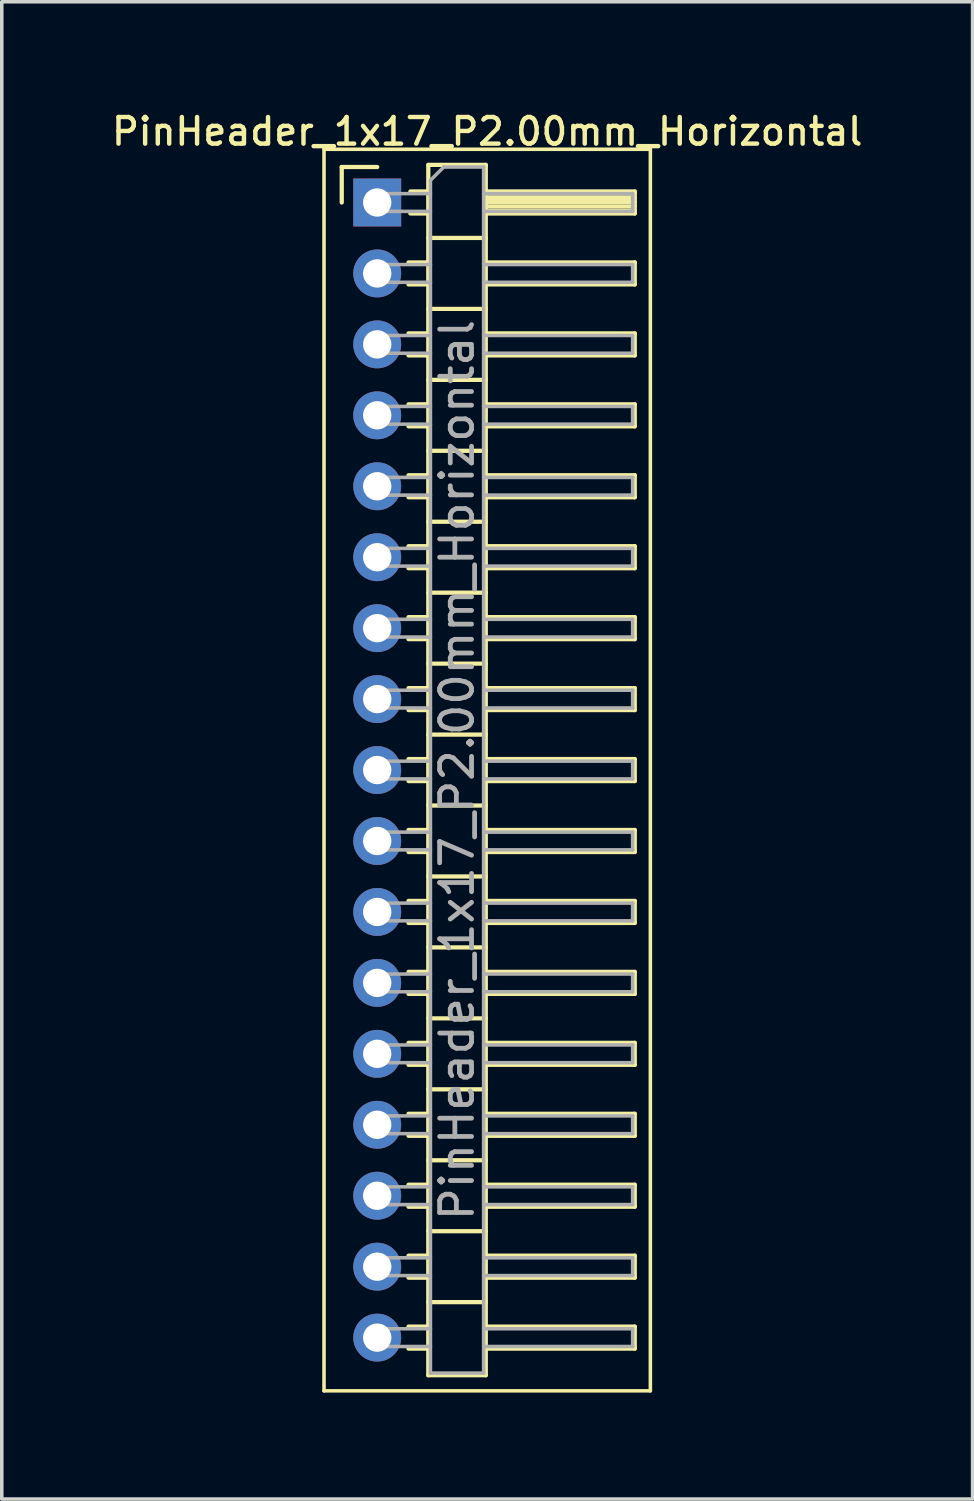
<source format=kicad_pcb>
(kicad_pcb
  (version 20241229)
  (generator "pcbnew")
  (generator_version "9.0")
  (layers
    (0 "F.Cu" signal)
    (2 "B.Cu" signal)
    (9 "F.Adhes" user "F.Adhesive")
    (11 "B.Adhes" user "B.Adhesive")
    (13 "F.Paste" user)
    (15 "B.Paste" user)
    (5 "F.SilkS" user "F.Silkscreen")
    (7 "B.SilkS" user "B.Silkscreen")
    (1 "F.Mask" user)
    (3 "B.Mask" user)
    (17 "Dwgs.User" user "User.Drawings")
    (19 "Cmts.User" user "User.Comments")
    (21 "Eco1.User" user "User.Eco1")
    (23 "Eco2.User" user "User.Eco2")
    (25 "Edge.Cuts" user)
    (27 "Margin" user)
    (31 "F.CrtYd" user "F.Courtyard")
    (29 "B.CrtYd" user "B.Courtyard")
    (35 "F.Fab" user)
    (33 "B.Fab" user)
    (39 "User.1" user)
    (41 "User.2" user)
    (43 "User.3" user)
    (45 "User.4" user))
  (footprint "PinHeader_1x17_P2.00mm_Horizontal"
    (layer "F.Cu")
    (at 7.584 2.658)
    (property "Reference" "PinHeader_1x17_P2.00mm_Horizontal" (at 3.1 -2 0) (layer "F.SilkS") (effects (font (size 0.75 0.75) (thickness 0.125))))
    (attr through_hole)
    (fp_line (start -1.5 -1.5) (end -1.5 33.5) (stroke (width 0.1) (type solid)) (layer "F.SilkS"))
    (fp_line (start -1.5 33.5) (end 7.7 33.5) (stroke (width 0.1) (type solid)) (layer "F.SilkS"))
    (fp_line (start -1 -1) (end 0 -1) (stroke (width 0.12) (type solid)) (layer "F.SilkS"))
    (fp_line (start -1 0) (end -1 -1) (stroke (width 0.12) (type solid)) (layer "F.SilkS"))
    (fp_line (start 0.882 1.69) (end 1.44 1.69) (stroke (width 0.12) (type solid)) (layer "F.SilkS"))
    (fp_line (start 0.882 2.31) (end 1.44 2.31) (stroke (width 0.12) (type solid)) (layer "F.SilkS"))
    (fp_line (start 0.882 3.69) (end 1.44 3.69) (stroke (width 0.12) (type solid)) (layer "F.SilkS"))
    (fp_line (start 0.882 4.31) (end 1.44 4.31) (stroke (width 0.12) (type solid)) (layer "F.SilkS"))
    (fp_line (start 0.882 5.69) (end 1.44 5.69) (stroke (width 0.12) (type solid)) (layer "F.SilkS"))
    (fp_line (start 0.882 6.31) (end 1.44 6.31) (stroke (width 0.12) (type solid)) (layer "F.SilkS"))
    (fp_line (start 0.882 7.69) (end 1.44 7.69) (stroke (width 0.12) (type solid)) (layer "F.SilkS"))
    (fp_line (start 0.882 8.31) (end 1.44 8.31) (stroke (width 0.12) (type solid)) (layer "F.SilkS"))
    (fp_line (start 0.882 9.69) (end 1.44 9.69) (stroke (width 0.12) (type solid)) (layer "F.SilkS"))
    (fp_line (start 0.882 10.31) (end 1.44 10.31) (stroke (width 0.12) (type solid)) (layer "F.SilkS"))
    (fp_line (start 0.882 11.69) (end 1.44 11.69) (stroke (width 0.12) (type solid)) (layer "F.SilkS"))
    (fp_line (start 0.882 12.31) (end 1.44 12.31) (stroke (width 0.12) (type solid)) (layer "F.SilkS"))
    (fp_line (start 0.882 13.69) (end 1.44 13.69) (stroke (width 0.12) (type solid)) (layer "F.SilkS"))
    (fp_line (start 0.882 14.31) (end 1.44 14.31) (stroke (width 0.12) (type solid)) (layer "F.SilkS"))
    (fp_line (start 0.882 15.69) (end 1.44 15.69) (stroke (width 0.12) (type solid)) (layer "F.SilkS"))
    (fp_line (start 0.882 16.31) (end 1.44 16.31) (stroke (width 0.12) (type solid)) (layer "F.SilkS"))
    (fp_line (start 0.882 17.69) (end 1.44 17.69) (stroke (width 0.12) (type solid)) (layer "F.SilkS"))
    (fp_line (start 0.882 18.31) (end 1.44 18.31) (stroke (width 0.12) (type solid)) (layer "F.SilkS"))
    (fp_line (start 0.882 19.69) (end 1.44 19.69) (stroke (width 0.12) (type solid)) (layer "F.SilkS"))
    (fp_line (start 0.882 20.31) (end 1.44 20.31) (stroke (width 0.12) (type solid)) (layer "F.SilkS"))
    (fp_line (start 0.882 21.69) (end 1.44 21.69) (stroke (width 0.12) (type solid)) (layer "F.SilkS"))
    (fp_line (start 0.882 22.31) (end 1.44 22.31) (stroke (width 0.12) (type solid)) (layer "F.SilkS"))
    (fp_line (start 0.882 23.69) (end 1.44 23.69) (stroke (width 0.12) (type solid)) (layer "F.SilkS"))
    (fp_line (start 0.882 24.31) (end 1.44 24.31) (stroke (width 0.12) (type solid)) (layer "F.SilkS"))
    (fp_line (start 0.882 25.69) (end 1.44 25.69) (stroke (width 0.12) (type solid)) (layer "F.SilkS"))
    (fp_line (start 0.882 26.31) (end 1.44 26.31) (stroke (width 0.12) (type solid)) (layer "F.SilkS"))
    (fp_line (start 0.882 27.69) (end 1.44 27.69) (stroke (width 0.12) (type solid)) (layer "F.SilkS"))
    (fp_line (start 0.882 28.31) (end 1.44 28.31) (stroke (width 0.12) (type solid)) (layer "F.SilkS"))
    (fp_line (start 0.882 29.69) (end 1.44 29.69) (stroke (width 0.12) (type solid)) (layer "F.SilkS"))
    (fp_line (start 0.882 30.31) (end 1.44 30.31) (stroke (width 0.12) (type solid)) (layer "F.SilkS"))
    (fp_line (start 0.882 31.69) (end 1.44 31.69) (stroke (width 0.12) (type solid)) (layer "F.SilkS"))
    (fp_line (start 0.882 32.31) (end 1.44 32.31) (stroke (width 0.12) (type solid)) (layer "F.SilkS"))
    (fp_line (start 0.935 -0.31) (end 1.44 -0.31) (stroke (width 0.12) (type solid)) (layer "F.SilkS"))
    (fp_line (start 0.935 0.31) (end 1.44 0.31) (stroke (width 0.12) (type solid)) (layer "F.SilkS"))
    (fp_line (start 1.44 -1.06) (end 1.44 33.06) (stroke (width 0.12) (type solid)) (layer "F.SilkS"))
    (fp_line (start 1.44 1) (end 3.06 1) (stroke (width 0.12) (type solid)) (layer "F.SilkS"))
    (fp_line (start 1.44 3) (end 3.06 3) (stroke (width 0.12) (type solid)) (layer "F.SilkS"))
    (fp_line (start 1.44 5) (end 3.06 5) (stroke (width 0.12) (type solid)) (layer "F.SilkS"))
    (fp_line (start 1.44 7) (end 3.06 7) (stroke (width 0.12) (type solid)) (layer "F.SilkS"))
    (fp_line (start 1.44 9) (end 3.06 9) (stroke (width 0.12) (type solid)) (layer "F.SilkS"))
    (fp_line (start 1.44 11) (end 3.06 11) (stroke (width 0.12) (type solid)) (layer "F.SilkS"))
    (fp_line (start 1.44 13) (end 3.06 13) (stroke (width 0.12) (type solid)) (layer "F.SilkS"))
    (fp_line (start 1.44 15) (end 3.06 15) (stroke (width 0.12) (type solid)) (layer "F.SilkS"))
    (fp_line (start 1.44 17) (end 3.06 17) (stroke (width 0.12) (type solid)) (layer "F.SilkS"))
    (fp_line (start 1.44 19) (end 3.06 19) (stroke (width 0.12) (type solid)) (layer "F.SilkS"))
    (fp_line (start 1.44 21) (end 3.06 21) (stroke (width 0.12) (type solid)) (layer "F.SilkS"))
    (fp_line (start 1.44 23) (end 3.06 23) (stroke (width 0.12) (type solid)) (layer "F.SilkS"))
    (fp_line (start 1.44 25) (end 3.06 25) (stroke (width 0.12) (type solid)) (layer "F.SilkS"))
    (fp_line (start 1.44 27) (end 3.06 27) (stroke (width 0.12) (type solid)) (layer "F.SilkS"))
    (fp_line (start 1.44 29) (end 3.06 29) (stroke (width 0.12) (type solid)) (layer "F.SilkS"))
    (fp_line (start 1.44 31) (end 3.06 31) (stroke (width 0.12) (type solid)) (layer "F.SilkS"))
    (fp_line (start 1.44 33.06) (end 3.06 33.06) (stroke (width 0.12) (type solid)) (layer "F.SilkS"))
    (fp_line (start 3.06 -1.06) (end 1.44 -1.06) (stroke (width 0.12) (type solid)) (layer "F.SilkS"))
    (fp_line (start 3.06 -0.31) (end 7.26 -0.31) (stroke (width 0.12) (type solid)) (layer "F.SilkS"))
    (fp_line (start 3.06 -0.25) (end 7.26 -0.25) (stroke (width 0.12) (type solid)) (layer "F.SilkS"))
    (fp_line (start 3.06 -0.13) (end 7.26 -0.13) (stroke (width 0.12) (type solid)) (layer "F.SilkS"))
    (fp_line (start 3.06 -0.01) (end 7.26 -0.01) (stroke (width 0.12) (type solid)) (layer "F.SilkS"))
    (fp_line (start 3.06 0.11) (end 7.26 0.11) (stroke (width 0.12) (type solid)) (layer "F.SilkS"))
    (fp_line (start 3.06 0.23) (end 7.26 0.23) (stroke (width 0.12) (type solid)) (layer "F.SilkS"))
    (fp_line (start 3.06 1.69) (end 7.26 1.69) (stroke (width 0.12) (type solid)) (layer "F.SilkS"))
    (fp_line (start 3.06 3.69) (end 7.26 3.69) (stroke (width 0.12) (type solid)) (layer "F.SilkS"))
    (fp_line (start 3.06 5.69) (end 7.26 5.69) (stroke (width 0.12) (type solid)) (layer "F.SilkS"))
    (fp_line (start 3.06 7.69) (end 7.26 7.69) (stroke (width 0.12) (type solid)) (layer "F.SilkS"))
    (fp_line (start 3.06 9.69) (end 7.26 9.69) (stroke (width 0.12) (type solid)) (layer "F.SilkS"))
    (fp_line (start 3.06 11.69) (end 7.26 11.69) (stroke (width 0.12) (type solid)) (layer "F.SilkS"))
    (fp_line (start 3.06 13.69) (end 7.26 13.69) (stroke (width 0.12) (type solid)) (layer "F.SilkS"))
    (fp_line (start 3.06 15.69) (end 7.26 15.69) (stroke (width 0.12) (type solid)) (layer "F.SilkS"))
    (fp_line (start 3.06 17.69) (end 7.26 17.69) (stroke (width 0.12) (type solid)) (layer "F.SilkS"))
    (fp_line (start 3.06 19.69) (end 7.26 19.69) (stroke (width 0.12) (type solid)) (layer "F.SilkS"))
    (fp_line (start 3.06 21.69) (end 7.26 21.69) (stroke (width 0.12) (type solid)) (layer "F.SilkS"))
    (fp_line (start 3.06 23.69) (end 7.26 23.69) (stroke (width 0.12) (type solid)) (layer "F.SilkS"))
    (fp_line (start 3.06 25.69) (end 7.26 25.69) (stroke (width 0.12) (type solid)) (layer "F.SilkS"))
    (fp_line (start 3.06 27.69) (end 7.26 27.69) (stroke (width 0.12) (type solid)) (layer "F.SilkS"))
    (fp_line (start 3.06 29.69) (end 7.26 29.69) (stroke (width 0.12) (type solid)) (layer "F.SilkS"))
    (fp_line (start 3.06 31.69) (end 7.26 31.69) (stroke (width 0.12) (type solid)) (layer "F.SilkS"))
    (fp_line (start 3.06 33.06) (end 3.06 -1.06) (stroke (width 0.12) (type solid)) (layer "F.SilkS"))
    (fp_line (start 7.26 -0.31) (end 7.26 0.31) (stroke (width 0.12) (type solid)) (layer "F.SilkS"))
    (fp_line (start 7.26 0.31) (end 3.06 0.31) (stroke (width 0.12) (type solid)) (layer "F.SilkS"))
    (fp_line (start 7.26 1.69) (end 7.26 2.31) (stroke (width 0.12) (type solid)) (layer "F.SilkS"))
    (fp_line (start 7.26 2.31) (end 3.06 2.31) (stroke (width 0.12) (type solid)) (layer "F.SilkS"))
    (fp_line (start 7.26 3.69) (end 7.26 4.31) (stroke (width 0.12) (type solid)) (layer "F.SilkS"))
    (fp_line (start 7.26 4.31) (end 3.06 4.31) (stroke (width 0.12) (type solid)) (layer "F.SilkS"))
    (fp_line (start 7.26 5.69) (end 7.26 6.31) (stroke (width 0.12) (type solid)) (layer "F.SilkS"))
    (fp_line (start 7.26 6.31) (end 3.06 6.31) (stroke (width 0.12) (type solid)) (layer "F.SilkS"))
    (fp_line (start 7.26 7.69) (end 7.26 8.31) (stroke (width 0.12) (type solid)) (layer "F.SilkS"))
    (fp_line (start 7.26 8.31) (end 3.06 8.31) (stroke (width 0.12) (type solid)) (layer "F.SilkS"))
    (fp_line (start 7.26 9.69) (end 7.26 10.31) (stroke (width 0.12) (type solid)) (layer "F.SilkS"))
    (fp_line (start 7.26 10.31) (end 3.06 10.31) (stroke (width 0.12) (type solid)) (layer "F.SilkS"))
    (fp_line (start 7.26 11.69) (end 7.26 12.31) (stroke (width 0.12) (type solid)) (layer "F.SilkS"))
    (fp_line (start 7.26 12.31) (end 3.06 12.31) (stroke (width 0.12) (type solid)) (layer "F.SilkS"))
    (fp_line (start 7.26 13.69) (end 7.26 14.31) (stroke (width 0.12) (type solid)) (layer "F.SilkS"))
    (fp_line (start 7.26 14.31) (end 3.06 14.31) (stroke (width 0.12) (type solid)) (layer "F.SilkS"))
    (fp_line (start 7.26 15.69) (end 7.26 16.31) (stroke (width 0.12) (type solid)) (layer "F.SilkS"))
    (fp_line (start 7.26 16.31) (end 3.06 16.31) (stroke (width 0.12) (type solid)) (layer "F.SilkS"))
    (fp_line (start 7.26 17.69) (end 7.26 18.31) (stroke (width 0.12) (type solid)) (layer "F.SilkS"))
    (fp_line (start 7.26 18.31) (end 3.06 18.31) (stroke (width 0.12) (type solid)) (layer "F.SilkS"))
    (fp_line (start 7.26 19.69) (end 7.26 20.31) (stroke (width 0.12) (type solid)) (layer "F.SilkS"))
    (fp_line (start 7.26 20.31) (end 3.06 20.31) (stroke (width 0.12) (type solid)) (layer "F.SilkS"))
    (fp_line (start 7.26 21.69) (end 7.26 22.31) (stroke (width 0.12) (type solid)) (layer "F.SilkS"))
    (fp_line (start 7.26 22.31) (end 3.06 22.31) (stroke (width 0.12) (type solid)) (layer "F.SilkS"))
    (fp_line (start 7.26 23.69) (end 7.26 24.31) (stroke (width 0.12) (type solid)) (layer "F.SilkS"))
    (fp_line (start 7.26 24.31) (end 3.06 24.31) (stroke (width 0.12) (type solid)) (layer "F.SilkS"))
    (fp_line (start 7.26 25.69) (end 7.26 26.31) (stroke (width 0.12) (type solid)) (layer "F.SilkS"))
    (fp_line (start 7.26 26.31) (end 3.06 26.31) (stroke (width 0.12) (type solid)) (layer "F.SilkS"))
    (fp_line (start 7.26 27.69) (end 7.26 28.31) (stroke (width 0.12) (type solid)) (layer "F.SilkS"))
    (fp_line (start 7.26 28.31) (end 3.06 28.31) (stroke (width 0.12) (type solid)) (layer "F.SilkS"))
    (fp_line (start 7.26 29.69) (end 7.26 30.31) (stroke (width 0.12) (type solid)) (layer "F.SilkS"))
    (fp_line (start 7.26 30.31) (end 3.06 30.31) (stroke (width 0.12) (type solid)) (layer "F.SilkS"))
    (fp_line (start 7.26 31.69) (end 7.26 32.31) (stroke (width 0.12) (type solid)) (layer "F.SilkS"))
    (fp_line (start 7.26 32.31) (end 3.06 32.31) (stroke (width 0.12) (type solid)) (layer "F.SilkS"))
    (fp_line (start 7.7 -1.5) (end -1.5 -1.5) (stroke (width 0.1) (type solid)) (layer "F.SilkS"))
    (fp_line (start 7.7 33.5) (end 7.7 -1.5) (stroke (width 0.1) (type solid)) (layer "F.SilkS"))
    (fp_line (start -0.25 -0.25) (end -0.25 0.25) (stroke (width 0.1) (type solid)) (layer "F.Fab"))
    (fp_line (start -0.25 -0.25) (end 1.5 -0.25) (stroke (width 0.1) (type solid)) (layer "F.Fab"))
    (fp_line (start -0.25 0.25) (end 1.5 0.25) (stroke (width 0.1) (type solid)) (layer "F.Fab"))
    (fp_line (start -0.25 1.75) (end -0.25 2.25) (stroke (width 0.1) (type solid)) (layer "F.Fab"))
    (fp_line (start -0.25 1.75) (end 1.5 1.75) (stroke (width 0.1) (type solid)) (layer "F.Fab"))
    (fp_line (start -0.25 2.25) (end 1.5 2.25) (stroke (width 0.1) (type solid)) (layer "F.Fab"))
    (fp_line (start -0.25 3.75) (end -0.25 4.25) (stroke (width 0.1) (type solid)) (layer "F.Fab"))
    (fp_line (start -0.25 3.75) (end 1.5 3.75) (stroke (width 0.1) (type solid)) (layer "F.Fab"))
    (fp_line (start -0.25 4.25) (end 1.5 4.25) (stroke (width 0.1) (type solid)) (layer "F.Fab"))
    (fp_line (start -0.25 5.75) (end -0.25 6.25) (stroke (width 0.1) (type solid)) (layer "F.Fab"))
    (fp_line (start -0.25 5.75) (end 1.5 5.75) (stroke (width 0.1) (type solid)) (layer "F.Fab"))
    (fp_line (start -0.25 6.25) (end 1.5 6.25) (stroke (width 0.1) (type solid)) (layer "F.Fab"))
    (fp_line (start -0.25 7.75) (end -0.25 8.25) (stroke (width 0.1) (type solid)) (layer "F.Fab"))
    (fp_line (start -0.25 7.75) (end 1.5 7.75) (stroke (width 0.1) (type solid)) (layer "F.Fab"))
    (fp_line (start -0.25 8.25) (end 1.5 8.25) (stroke (width 0.1) (type solid)) (layer "F.Fab"))
    (fp_line (start -0.25 9.75) (end -0.25 10.25) (stroke (width 0.1) (type solid)) (layer "F.Fab"))
    (fp_line (start -0.25 9.75) (end 1.5 9.75) (stroke (width 0.1) (type solid)) (layer "F.Fab"))
    (fp_line (start -0.25 10.25) (end 1.5 10.25) (stroke (width 0.1) (type solid)) (layer "F.Fab"))
    (fp_line (start -0.25 11.75) (end -0.25 12.25) (stroke (width 0.1) (type solid)) (layer "F.Fab"))
    (fp_line (start -0.25 11.75) (end 1.5 11.75) (stroke (width 0.1) (type solid)) (layer "F.Fab"))
    (fp_line (start -0.25 12.25) (end 1.5 12.25) (stroke (width 0.1) (type solid)) (layer "F.Fab"))
    (fp_line (start -0.25 13.75) (end -0.25 14.25) (stroke (width 0.1) (type solid)) (layer "F.Fab"))
    (fp_line (start -0.25 13.75) (end 1.5 13.75) (stroke (width 0.1) (type solid)) (layer "F.Fab"))
    (fp_line (start -0.25 14.25) (end 1.5 14.25) (stroke (width 0.1) (type solid)) (layer "F.Fab"))
    (fp_line (start -0.25 15.75) (end -0.25 16.25) (stroke (width 0.1) (type solid)) (layer "F.Fab"))
    (fp_line (start -0.25 15.75) (end 1.5 15.75) (stroke (width 0.1) (type solid)) (layer "F.Fab"))
    (fp_line (start -0.25 16.25) (end 1.5 16.25) (stroke (width 0.1) (type solid)) (layer "F.Fab"))
    (fp_line (start -0.25 17.75) (end -0.25 18.25) (stroke (width 0.1) (type solid)) (layer "F.Fab"))
    (fp_line (start -0.25 17.75) (end 1.5 17.75) (stroke (width 0.1) (type solid)) (layer "F.Fab"))
    (fp_line (start -0.25 18.25) (end 1.5 18.25) (stroke (width 0.1) (type solid)) (layer "F.Fab"))
    (fp_line (start -0.25 19.75) (end -0.25 20.25) (stroke (width 0.1) (type solid)) (layer "F.Fab"))
    (fp_line (start -0.25 19.75) (end 1.5 19.75) (stroke (width 0.1) (type solid)) (layer "F.Fab"))
    (fp_line (start -0.25 20.25) (end 1.5 20.25) (stroke (width 0.1) (type solid)) (layer "F.Fab"))
    (fp_line (start -0.25 21.75) (end -0.25 22.25) (stroke (width 0.1) (type solid)) (layer "F.Fab"))
    (fp_line (start -0.25 21.75) (end 1.5 21.75) (stroke (width 0.1) (type solid)) (layer "F.Fab"))
    (fp_line (start -0.25 22.25) (end 1.5 22.25) (stroke (width 0.1) (type solid)) (layer "F.Fab"))
    (fp_line (start -0.25 23.75) (end -0.25 24.25) (stroke (width 0.1) (type solid)) (layer "F.Fab"))
    (fp_line (start -0.25 23.75) (end 1.5 23.75) (stroke (width 0.1) (type solid)) (layer "F.Fab"))
    (fp_line (start -0.25 24.25) (end 1.5 24.25) (stroke (width 0.1) (type solid)) (layer "F.Fab"))
    (fp_line (start -0.25 25.75) (end -0.25 26.25) (stroke (width 0.1) (type solid)) (layer "F.Fab"))
    (fp_line (start -0.25 25.75) (end 1.5 25.75) (stroke (width 0.1) (type solid)) (layer "F.Fab"))
    (fp_line (start -0.25 26.25) (end 1.5 26.25) (stroke (width 0.1) (type solid)) (layer "F.Fab"))
    (fp_line (start -0.25 27.75) (end -0.25 28.25) (stroke (width 0.1) (type solid)) (layer "F.Fab"))
    (fp_line (start -0.25 27.75) (end 1.5 27.75) (stroke (width 0.1) (type solid)) (layer "F.Fab"))
    (fp_line (start -0.25 28.25) (end 1.5 28.25) (stroke (width 0.1) (type solid)) (layer "F.Fab"))
    (fp_line (start -0.25 29.75) (end -0.25 30.25) (stroke (width 0.1) (type solid)) (layer "F.Fab"))
    (fp_line (start -0.25 29.75) (end 1.5 29.75) (stroke (width 0.1) (type solid)) (layer "F.Fab"))
    (fp_line (start -0.25 30.25) (end 1.5 30.25) (stroke (width 0.1) (type solid)) (layer "F.Fab"))
    (fp_line (start -0.25 31.75) (end -0.25 32.25) (stroke (width 0.1) (type solid)) (layer "F.Fab"))
    (fp_line (start -0.25 31.75) (end 1.5 31.75) (stroke (width 0.1) (type solid)) (layer "F.Fab"))
    (fp_line (start -0.25 32.25) (end 1.5 32.25) (stroke (width 0.1) (type solid)) (layer "F.Fab"))
    (fp_line (start 1.5 -0.625) (end 1.875 -1) (stroke (width 0.1) (type solid)) (layer "F.Fab"))
    (fp_line (start 1.5 33) (end 1.5 -0.625) (stroke (width 0.1) (type solid)) (layer "F.Fab"))
    (fp_line (start 1.875 -1) (end 3 -1) (stroke (width 0.1) (type solid)) (layer "F.Fab"))
    (fp_line (start 3 -1) (end 3 33) (stroke (width 0.1) (type solid)) (layer "F.Fab"))
    (fp_line (start 3 -0.25) (end 7.2 -0.25) (stroke (width 0.1) (type solid)) (layer "F.Fab"))
    (fp_line (start 3 0.25) (end 7.2 0.25) (stroke (width 0.1) (type solid)) (layer "F.Fab"))
    (fp_line (start 3 1.75) (end 7.2 1.75) (stroke (width 0.1) (type solid)) (layer "F.Fab"))
    (fp_line (start 3 2.25) (end 7.2 2.25) (stroke (width 0.1) (type solid)) (layer "F.Fab"))
    (fp_line (start 3 3.75) (end 7.2 3.75) (stroke (width 0.1) (type solid)) (layer "F.Fab"))
    (fp_line (start 3 4.25) (end 7.2 4.25) (stroke (width 0.1) (type solid)) (layer "F.Fab"))
    (fp_line (start 3 5.75) (end 7.2 5.75) (stroke (width 0.1) (type solid)) (layer "F.Fab"))
    (fp_line (start 3 6.25) (end 7.2 6.25) (stroke (width 0.1) (type solid)) (layer "F.Fab"))
    (fp_line (start 3 7.75) (end 7.2 7.75) (stroke (width 0.1) (type solid)) (layer "F.Fab"))
    (fp_line (start 3 8.25) (end 7.2 8.25) (stroke (width 0.1) (type solid)) (layer "F.Fab"))
    (fp_line (start 3 9.75) (end 7.2 9.75) (stroke (width 0.1) (type solid)) (layer "F.Fab"))
    (fp_line (start 3 10.25) (end 7.2 10.25) (stroke (width 0.1) (type solid)) (layer "F.Fab"))
    (fp_line (start 3 11.75) (end 7.2 11.75) (stroke (width 0.1) (type solid)) (layer "F.Fab"))
    (fp_line (start 3 12.25) (end 7.2 12.25) (stroke (width 0.1) (type solid)) (layer "F.Fab"))
    (fp_line (start 3 13.75) (end 7.2 13.75) (stroke (width 0.1) (type solid)) (layer "F.Fab"))
    (fp_line (start 3 14.25) (end 7.2 14.25) (stroke (width 0.1) (type solid)) (layer "F.Fab"))
    (fp_line (start 3 15.75) (end 7.2 15.75) (stroke (width 0.1) (type solid)) (layer "F.Fab"))
    (fp_line (start 3 16.25) (end 7.2 16.25) (stroke (width 0.1) (type solid)) (layer "F.Fab"))
    (fp_line (start 3 17.75) (end 7.2 17.75) (stroke (width 0.1) (type solid)) (layer "F.Fab"))
    (fp_line (start 3 18.25) (end 7.2 18.25) (stroke (width 0.1) (type solid)) (layer "F.Fab"))
    (fp_line (start 3 19.75) (end 7.2 19.75) (stroke (width 0.1) (type solid)) (layer "F.Fab"))
    (fp_line (start 3 20.25) (end 7.2 20.25) (stroke (width 0.1) (type solid)) (layer "F.Fab"))
    (fp_line (start 3 21.75) (end 7.2 21.75) (stroke (width 0.1) (type solid)) (layer "F.Fab"))
    (fp_line (start 3 22.25) (end 7.2 22.25) (stroke (width 0.1) (type solid)) (layer "F.Fab"))
    (fp_line (start 3 23.75) (end 7.2 23.75) (stroke (width 0.1) (type solid)) (layer "F.Fab"))
    (fp_line (start 3 24.25) (end 7.2 24.25) (stroke (width 0.1) (type solid)) (layer "F.Fab"))
    (fp_line (start 3 25.75) (end 7.2 25.75) (stroke (width 0.1) (type solid)) (layer "F.Fab"))
    (fp_line (start 3 26.25) (end 7.2 26.25) (stroke (width 0.1) (type solid)) (layer "F.Fab"))
    (fp_line (start 3 27.75) (end 7.2 27.75) (stroke (width 0.1) (type solid)) (layer "F.Fab"))
    (fp_line (start 3 28.25) (end 7.2 28.25) (stroke (width 0.1) (type solid)) (layer "F.Fab"))
    (fp_line (start 3 29.75) (end 7.2 29.75) (stroke (width 0.1) (type solid)) (layer "F.Fab"))
    (fp_line (start 3 30.25) (end 7.2 30.25) (stroke (width 0.1) (type solid)) (layer "F.Fab"))
    (fp_line (start 3 31.75) (end 7.2 31.75) (stroke (width 0.1) (type solid)) (layer "F.Fab"))
    (fp_line (start 3 32.25) (end 7.2 32.25) (stroke (width 0.1) (type solid)) (layer "F.Fab"))
    (fp_line (start 3 33) (end 1.5 33) (stroke (width 0.1) (type solid)) (layer "F.Fab"))
    (fp_line (start 7.2 -0.25) (end 7.2 0.25) (stroke (width 0.1) (type solid)) (layer "F.Fab"))
    (fp_line (start 7.2 1.75) (end 7.2 2.25) (stroke (width 0.1) (type solid)) (layer "F.Fab"))
    (fp_line (start 7.2 3.75) (end 7.2 4.25) (stroke (width 0.1) (type solid)) (layer "F.Fab"))
    (fp_line (start 7.2 5.75) (end 7.2 6.25) (stroke (width 0.1) (type solid)) (layer "F.Fab"))
    (fp_line (start 7.2 7.75) (end 7.2 8.25) (stroke (width 0.1) (type solid)) (layer "F.Fab"))
    (fp_line (start 7.2 9.75) (end 7.2 10.25) (stroke (width 0.1) (type solid)) (layer "F.Fab"))
    (fp_line (start 7.2 11.75) (end 7.2 12.25) (stroke (width 0.1) (type solid)) (layer "F.Fab"))
    (fp_line (start 7.2 13.75) (end 7.2 14.25) (stroke (width 0.1) (type solid)) (layer "F.Fab"))
    (fp_line (start 7.2 15.75) (end 7.2 16.25) (stroke (width 0.1) (type solid)) (layer "F.Fab"))
    (fp_line (start 7.2 17.75) (end 7.2 18.25) (stroke (width 0.1) (type solid)) (layer "F.Fab"))
    (fp_line (start 7.2 19.75) (end 7.2 20.25) (stroke (width 0.1) (type solid)) (layer "F.Fab"))
    (fp_line (start 7.2 21.75) (end 7.2 22.25) (stroke (width 0.1) (type solid)) (layer "F.Fab"))
    (fp_line (start 7.2 23.75) (end 7.2 24.25) (stroke (width 0.1) (type solid)) (layer "F.Fab"))
    (fp_line (start 7.2 25.75) (end 7.2 26.25) (stroke (width 0.1) (type solid)) (layer "F.Fab"))
    (fp_line (start 7.2 27.75) (end 7.2 28.25) (stroke (width 0.1) (type solid)) (layer "F.Fab"))
    (fp_line (start 7.2 29.75) (end 7.2 30.25) (stroke (width 0.1) (type solid)) (layer "F.Fab"))
    (fp_line (start 7.2 31.75) (end 7.2 32.25) (stroke (width 0.1) (type solid)) (layer "F.Fab"))
    (fp_text user "${REFERENCE}" (at 2.25 16 90) (layer "F.Fab") (effects (font (size 0.9 0.9) (thickness 0.135))))
    (pad "1" thru_hole rect (at 0 0) (size 1.35 1.35) (drill 0.8) (layers "*.Cu" "*.Mask"))
    (pad "2" thru_hole oval (at 0 2) (size 1.35 1.35) (drill 0.8) (layers "*.Cu" "*.Mask"))
    (pad "3" thru_hole oval (at 0 4) (size 1.35 1.35) (drill 0.8) (layers "*.Cu" "*.Mask"))
    (pad "4" thru_hole oval (at 0 6) (size 1.35 1.35) (drill 0.8) (layers "*.Cu" "*.Mask"))
    (pad "5" thru_hole oval (at 0 8) (size 1.35 1.35) (drill 0.8) (layers "*.Cu" "*.Mask"))
    (pad "6" thru_hole oval (at 0 10) (size 1.35 1.35) (drill 0.8) (layers "*.Cu" "*.Mask"))
    (pad "7" thru_hole oval (at 0 12) (size 1.35 1.35) (drill 0.8) (layers "*.Cu" "*.Mask"))
    (pad "8" thru_hole oval (at 0 14) (size 1.35 1.35) (drill 0.8) (layers "*.Cu" "*.Mask"))
    (pad "9" thru_hole oval (at 0 16) (size 1.35 1.35) (drill 0.8) (layers "*.Cu" "*.Mask"))
    (pad "10" thru_hole oval (at 0 18) (size 1.35 1.35) (drill 0.8) (layers "*.Cu" "*.Mask"))
    (pad "11" thru_hole oval (at 0 20) (size 1.35 1.35) (drill 0.8) (layers "*.Cu" "*.Mask"))
    (pad "12" thru_hole oval (at 0 22) (size 1.35 1.35) (drill 0.8) (layers "*.Cu" "*.Mask"))
    (pad "13" thru_hole oval (at 0 24) (size 1.35 1.35) (drill 0.8) (layers "*.Cu" "*.Mask"))
    (pad "14" thru_hole oval (at 0 26) (size 1.35 1.35) (drill 0.8) (layers "*.Cu" "*.Mask"))
    (pad "15" thru_hole oval (at 0 28) (size 1.35 1.35) (drill 0.8) (layers "*.Cu" "*.Mask"))
    (pad "16" thru_hole oval (at 0 30) (size 1.35 1.35) (drill 0.8) (layers "*.Cu" "*.Mask"))
    (pad "17" thru_hole oval (at 0 32) (size 1.35 1.35) (drill 0.8) (layers "*.Cu" "*.Mask")))
  (gr_rect
    (start -3 -3)
    (end 24.368 39.208)
    (stroke (width 0.1) (type default))
    (fill no)
    (layer "Edge.Cuts")))
</source>
